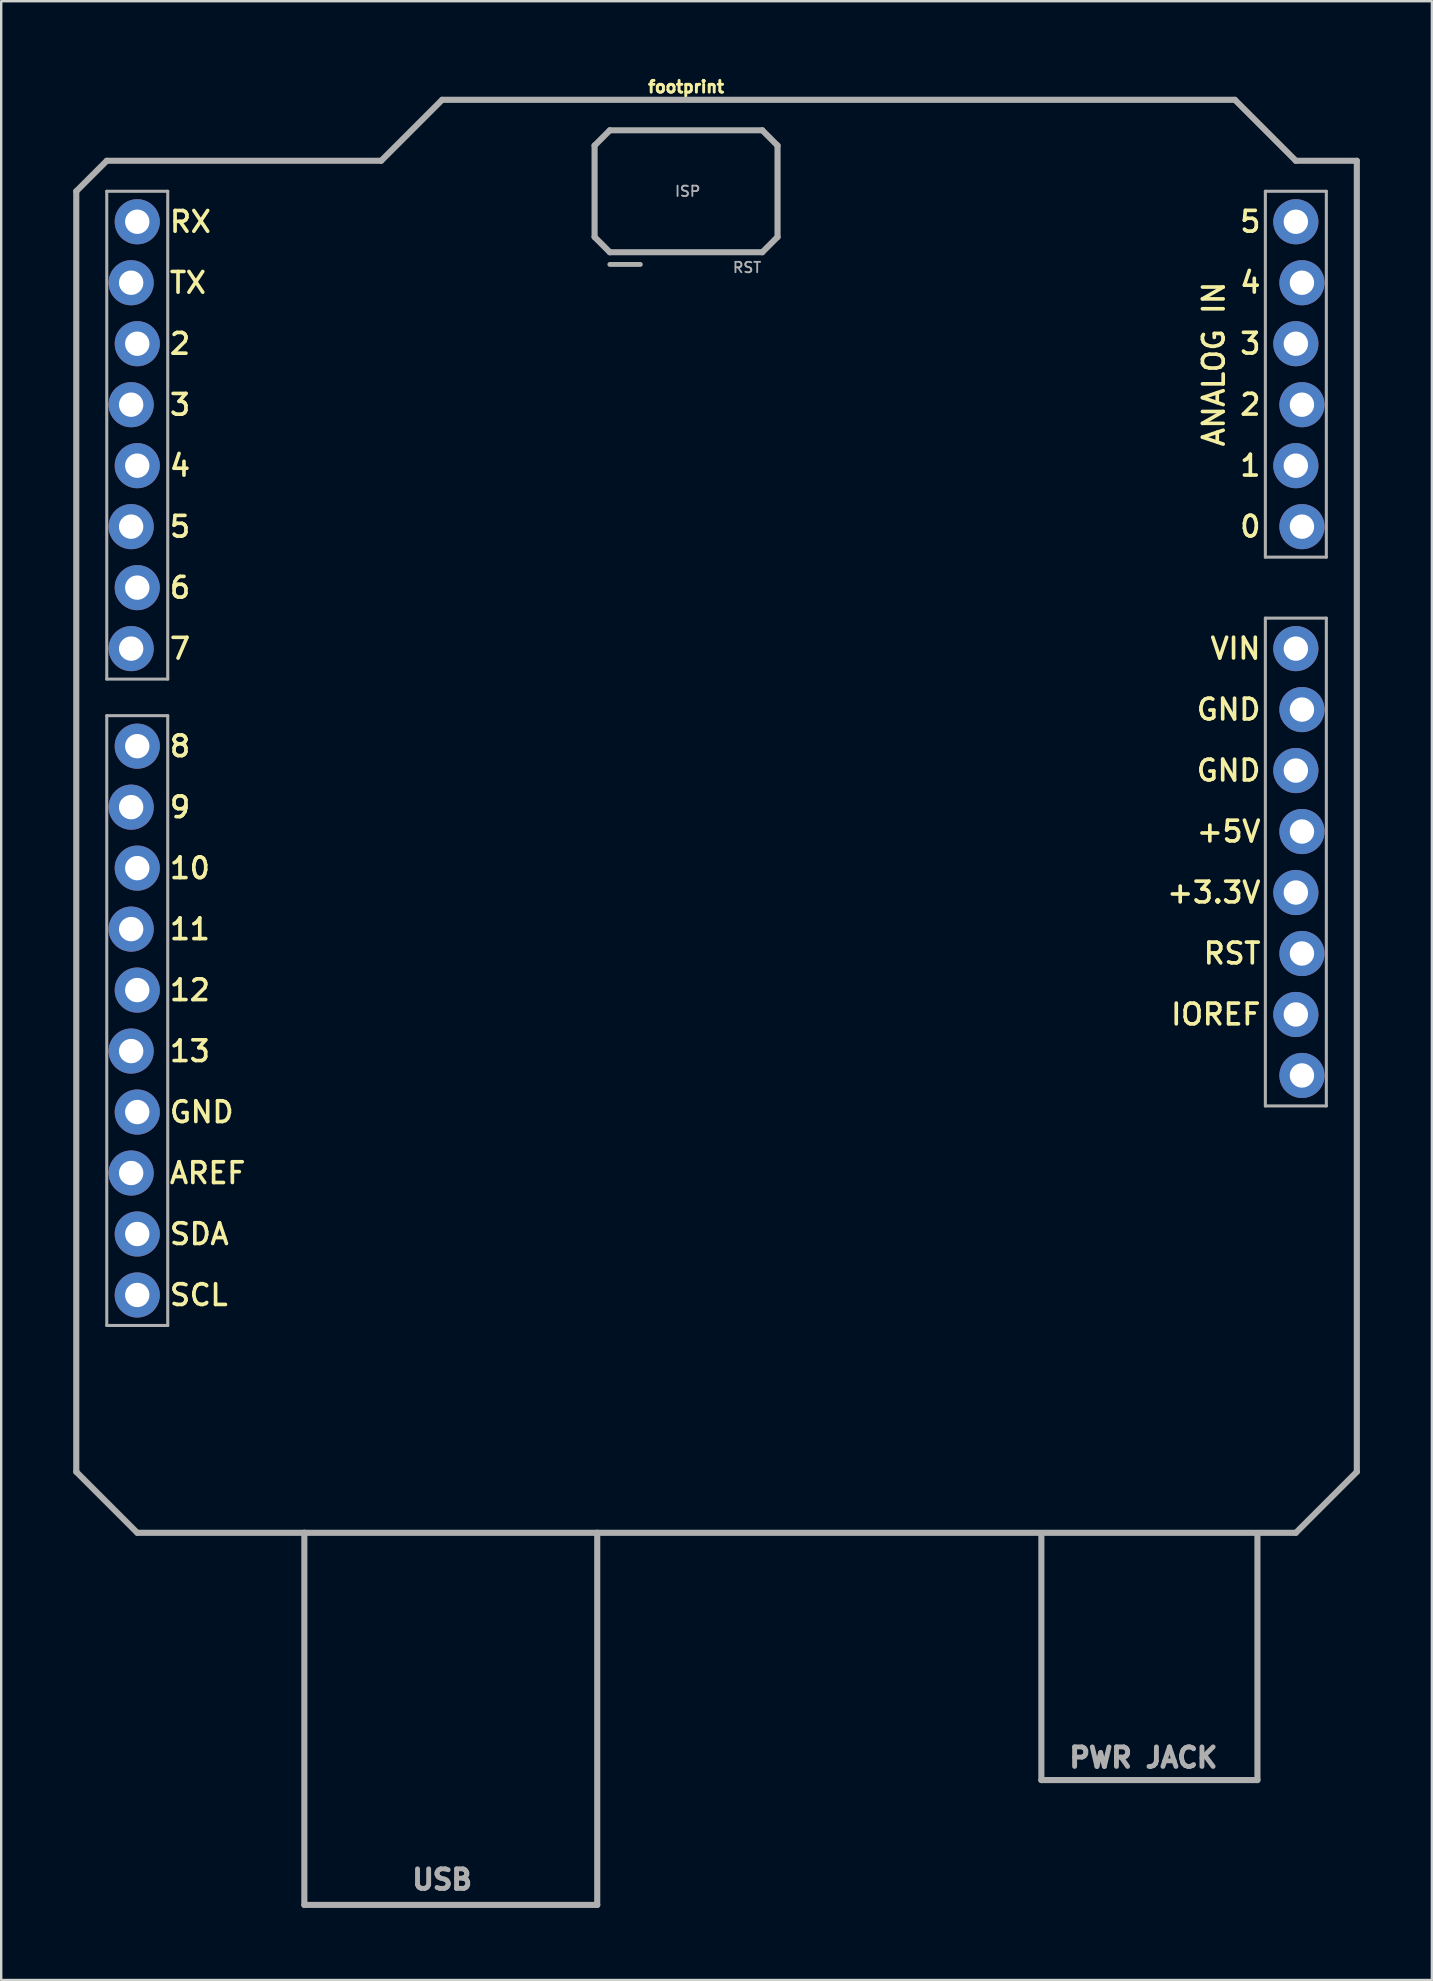
<source format=kicad_pcb>
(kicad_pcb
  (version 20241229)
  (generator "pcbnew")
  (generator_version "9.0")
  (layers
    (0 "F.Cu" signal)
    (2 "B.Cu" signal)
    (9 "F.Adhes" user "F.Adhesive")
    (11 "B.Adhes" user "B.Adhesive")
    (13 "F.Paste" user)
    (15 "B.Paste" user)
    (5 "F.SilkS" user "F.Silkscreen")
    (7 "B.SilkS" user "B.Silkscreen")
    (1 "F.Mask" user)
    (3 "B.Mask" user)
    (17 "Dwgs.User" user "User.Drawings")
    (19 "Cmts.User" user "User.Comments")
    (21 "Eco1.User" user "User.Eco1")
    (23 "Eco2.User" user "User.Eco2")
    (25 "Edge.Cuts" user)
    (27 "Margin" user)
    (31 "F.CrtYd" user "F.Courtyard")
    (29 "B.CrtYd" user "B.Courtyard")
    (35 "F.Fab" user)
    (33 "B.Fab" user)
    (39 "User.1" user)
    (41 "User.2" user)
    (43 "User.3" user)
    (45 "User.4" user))
  (footprint "footprint"
    (layer "F.Cu")
    (at 26.797 30.317)
    (property "Reference" "footprint" (at -1.27 -29.464 0) (layer "F.SilkS") (effects (font (size 0.488 0.488) (thickness 0.122)) (justify bottom)))
    (fp_line (start -26.67 -25.4) (end -26.67 27.94) (stroke (width 0.254) (type solid)) (layer "F.Fab"))
    (fp_line (start -26.67 27.94) (end -24.13 30.48) (stroke (width 0.254) (type solid)) (layer "F.Fab"))
    (fp_line (start -25.4 -26.67) (end -26.67 -25.4) (stroke (width 0.254) (type solid)) (layer "F.Fab"))
    (fp_line (start -25.4 -25.4) (end -22.86 -25.4) (stroke (width 0.127) (type solid)) (layer "F.Fab"))
    (fp_line (start -25.4 -5.08) (end -25.4 -25.4) (stroke (width 0.127) (type solid)) (layer "F.Fab"))
    (fp_line (start -25.4 -3.556) (end -22.86 -3.556) (stroke (width 0.127) (type solid)) (layer "F.Fab"))
    (fp_line (start -25.4 21.844) (end -25.4 -3.556) (stroke (width 0.127) (type solid)) (layer "F.Fab"))
    (fp_line (start -24.13 30.48) (end -17.17 30.48) (stroke (width 0.254) (type solid)) (layer "F.Fab"))
    (fp_line (start -22.86 -25.4) (end -22.86 -5.08) (stroke (width 0.127) (type solid)) (layer "F.Fab"))
    (fp_line (start -22.86 -5.08) (end -25.4 -5.08) (stroke (width 0.127) (type solid)) (layer "F.Fab"))
    (fp_line (start -22.86 -3.556) (end -22.86 21.844) (stroke (width 0.127) (type solid)) (layer "F.Fab"))
    (fp_line (start -22.86 21.844) (end -25.4 21.844) (stroke (width 0.127) (type solid)) (layer "F.Fab"))
    (fp_line (start -17.17 30.48) (end -4.97 30.48) (stroke (width 0.254) (type solid)) (layer "F.Fab"))
    (fp_line (start -17.17 45.98) (end -17.17 30.48) (stroke (width 0.254) (type solid)) (layer "F.Fab"))
    (fp_line (start -17.17 45.98) (end -4.97 45.98) (stroke (width 0.254) (type solid)) (layer "F.Fab"))
    (fp_line (start -13.97 -26.67) (end -25.4 -26.67) (stroke (width 0.254) (type solid)) (layer "F.Fab"))
    (fp_line (start -11.43 -29.21) (end -13.97 -26.67) (stroke (width 0.254) (type solid)) (layer "F.Fab"))
    (fp_line (start -5.08 -27.305) (end -4.445 -27.94) (stroke (width 0.254) (type solid)) (layer "F.Fab"))
    (fp_line (start -5.08 -23.495) (end -5.08 -27.305) (stroke (width 0.254) (type solid)) (layer "F.Fab"))
    (fp_line (start -4.97 30.48) (end 24.13 30.48) (stroke (width 0.254) (type solid)) (layer "F.Fab"))
    (fp_line (start -4.97 45.98) (end -4.97 30.48) (stroke (width 0.254) (type solid)) (layer "F.Fab"))
    (fp_line (start -4.445 -27.94) (end 1.905 -27.94) (stroke (width 0.254) (type solid)) (layer "F.Fab"))
    (fp_line (start -4.445 -22.86) (end -5.08 -23.495) (stroke (width 0.254) (type solid)) (layer "F.Fab"))
    (fp_line (start -3.175 -22.352) (end -4.445 -22.352) (stroke (width 0.203) (type solid)) (layer "F.Fab"))
    (fp_line (start 1.905 -27.94) (end 2.54 -27.305) (stroke (width 0.254) (type solid)) (layer "F.Fab"))
    (fp_line (start 1.905 -22.86) (end -4.445 -22.86) (stroke (width 0.254) (type solid)) (layer "F.Fab"))
    (fp_line (start 2.54 -27.305) (end 2.54 -23.495) (stroke (width 0.254) (type solid)) (layer "F.Fab"))
    (fp_line (start 2.54 -23.495) (end 1.905 -22.86) (stroke (width 0.254) (type solid)) (layer "F.Fab"))
    (fp_line (start 13.53 40.78) (end 13.53 30.58) (stroke (width 0.254) (type solid)) (layer "F.Fab"))
    (fp_line (start 13.53 40.78) (end 22.53 40.78) (stroke (width 0.254) (type solid)) (layer "F.Fab"))
    (fp_line (start 21.59 -29.21) (end -11.43 -29.21) (stroke (width 0.254) (type solid)) (layer "F.Fab"))
    (fp_line (start 22.53 40.78) (end 22.53 30.58) (stroke (width 0.254) (type solid)) (layer "F.Fab"))
    (fp_line (start 22.86 -25.4) (end 25.4 -25.4) (stroke (width 0.127) (type solid)) (layer "F.Fab"))
    (fp_line (start 22.86 -10.16) (end 22.86 -25.4) (stroke (width 0.127) (type solid)) (layer "F.Fab"))
    (fp_line (start 22.86 -7.62) (end 22.86 12.7) (stroke (width 0.127) (type solid)) (layer "F.Fab"))
    (fp_line (start 22.86 12.7) (end 25.4 12.7) (stroke (width 0.127) (type solid)) (layer "F.Fab"))
    (fp_line (start 24.13 -26.67) (end 21.59 -29.21) (stroke (width 0.254) (type solid)) (layer "F.Fab"))
    (fp_line (start 24.13 30.48) (end 26.67 27.94) (stroke (width 0.254) (type solid)) (layer "F.Fab"))
    (fp_line (start 25.4 -25.4) (end 25.4 -10.16) (stroke (width 0.127) (type solid)) (layer "F.Fab"))
    (fp_line (start 25.4 -10.16) (end 22.86 -10.16) (stroke (width 0.127) (type solid)) (layer "F.Fab"))
    (fp_line (start 25.4 -7.62) (end 22.86 -7.62) (stroke (width 0.127) (type solid)) (layer "F.Fab"))
    (fp_line (start 25.4 12.7) (end 25.4 -7.62) (stroke (width 0.127) (type solid)) (layer "F.Fab"))
    (fp_line (start 26.67 -26.67) (end 24.13 -26.67) (stroke (width 0.254) (type solid)) (layer "F.Fab"))
    (fp_line (start 26.67 27.94) (end 26.67 -26.67) (stroke (width 0.254) (type solid)) (layer "F.Fab"))
    (fp_text user "10" (at -22.86 3.302 0) (layer "F.SilkS") (effects (font (size 0.864 0.864) (thickness 0.152)) (justify left bottom)))
    (fp_text user "8" (at -22.86 -1.778 0) (layer "F.SilkS") (effects (font (size 0.864 0.864) (thickness 0.152)) (justify left bottom)))
    (fp_text user "9" (at -22.86 0.762 0) (layer "F.SilkS") (effects (font (size 0.864 0.864) (thickness 0.152)) (justify left bottom)))
    (fp_text user "7" (at -22.86 -5.842 0) (layer "F.SilkS") (effects (font (size 0.864 0.864) (thickness 0.152)) (justify left bottom)))
    (fp_text user "VIN" (at 22.746 -6.858 0) (layer "F.SilkS") (effects (font (size 0.864 0.864) (thickness 0.152)) (justify right top)))
    (fp_text user "13" (at -22.86 10.922 0) (layer "F.SilkS") (effects (font (size 0.864 0.864) (thickness 0.152)) (justify left bottom)))
    (fp_text user "3" (at 22.746 -19.558 0) (layer "F.SilkS") (effects (font (size 0.864 0.864) (thickness 0.152)) (justify right top)))
    (fp_text user "2" (at 22.746 -17.018 0) (layer "F.SilkS") (effects (font (size 0.864 0.864) (thickness 0.152)) (justify right top)))
    (fp_text user "GND" (at 22.746 -4.318 0) (layer "F.SilkS") (effects (font (size 0.864 0.864) (thickness 0.152)) (justify right top)))
    (fp_text user "RST" (at 22.746 5.842 0) (layer "F.SilkS") (effects (font (size 0.864 0.864) (thickness 0.152)) (justify right top)))
    (fp_text user "11" (at -22.86 5.842 0) (layer "F.SilkS") (effects (font (size 0.864 0.864) (thickness 0.152)) (justify left bottom)))
    (fp_text user "5" (at -22.86 -10.922 0) (layer "F.SilkS") (effects (font (size 0.864 0.864) (thickness 0.152)) (justify left bottom)))
    (fp_text user "+3.3V" (at 22.746 3.302 0) (layer "F.SilkS") (effects (font (size 0.864 0.864) (thickness 0.152)) (justify right top)))
    (fp_text user "+5V" (at 22.746 0.762 0) (layer "F.SilkS") (effects (font (size 0.864 0.864) (thickness 0.152)) (justify right top)))
    (fp_text user "4" (at -22.86 -13.462 0) (layer "F.SilkS") (effects (font (size 0.864 0.864) (thickness 0.152)) (justify left bottom)))
    (fp_text user "2" (at -22.86 -18.542 0) (layer "F.SilkS") (effects (font (size 0.864 0.864) (thickness 0.152)) (justify left bottom)))
    (fp_text user "GND" (at 22.746 -1.778 0) (layer "F.SilkS") (effects (font (size 0.864 0.864) (thickness 0.152)) (justify right top)))
    (fp_text user "5" (at 22.746 -24.638 0) (layer "F.SilkS") (effects (font (size 0.864 0.864) (thickness 0.152)) (justify right top)))
    (fp_text user "RX" (at -22.86 -23.622 0) (layer "F.SilkS") (effects (font (size 0.864 0.864) (thickness 0.152)) (justify left bottom)))
    (fp_text user "12" (at -22.86 8.382 0) (layer "F.SilkS") (effects (font (size 0.864 0.864) (thickness 0.152)) (justify left bottom)))
    (fp_text user "GND" (at -22.86 13.462 0) (layer "F.SilkS") (effects (font (size 0.864 0.864) (thickness 0.152)) (justify left bottom)))
    (fp_text user "AREF" (at -22.86 16.002 0) (layer "F.SilkS") (effects (font (size 0.864 0.864) (thickness 0.152)) (justify left bottom)))
    (fp_text user "4" (at 22.746 -22.098 0) (layer "F.SilkS") (effects (font (size 0.864 0.864) (thickness 0.152)) (justify right top)))
    (fp_text user "0" (at 22.746 -11.938 0) (layer "F.SilkS") (effects (font (size 0.864 0.864) (thickness 0.152)) (justify right top)))
    (fp_text user "ANALOG IN" (at 20.206 -21.717 90) (layer "F.SilkS") (effects (font (size 0.864 0.864) (thickness 0.152)) (justify right top)))
    (fp_text user "3" (at -22.86 -16.002 0) (layer "F.SilkS") (effects (font (size 0.864 0.864) (thickness 0.152)) (justify left bottom)))
    (fp_text user "SDA" (at -22.86 18.542 0) (layer "F.SilkS") (effects (font (size 0.864 0.864) (thickness 0.152)) (justify left bottom)))
    (fp_text user "1" (at 22.746 -14.478 0) (layer "F.SilkS") (effects (font (size 0.864 0.864) (thickness 0.152)) (justify right top)))
    (fp_text user "TX" (at -22.86 -21.082 0) (layer "F.SilkS") (effects (font (size 0.864 0.864) (thickness 0.152)) (justify left bottom)))
    (fp_text user "6" (at -22.86 -8.382 0) (layer "F.SilkS") (effects (font (size 0.864 0.864) (thickness 0.152)) (justify left bottom)))
    (fp_text user "SCL" (at -22.86 21.082 0) (layer "F.SilkS") (effects (font (size 0.864 0.864) (thickness 0.152)) (justify left bottom)))
    (fp_text user "IOREF" (at 22.746 8.382 0) (layer "F.SilkS") (effects (font (size 0.864 0.864) (thickness 0.152)) (justify right top)))
    (fp_text user "RST" (at 0.635 -21.971 0) (layer "F.Fab") (effects (font (size 0.432 0.432) (thickness 0.076)) (justify left bottom)))
    (fp_text user "PWR JACK" (at 17.78 39.37 0) (layer "F.Fab") (effects (font (size 0.813 0.813) (thickness 0.203)) (justify top)))
    (fp_text user "USB" (at -11.43 44.45 0) (layer "F.Fab") (effects (font (size 0.813 0.813) (thickness 0.203)) (justify top)))
    (fp_text user "ISP" (at -1.778 -25.146 0) (layer "F.Fab") (effects (font (size 0.432 0.432) (thickness 0.076)) (justify left bottom)))
    (pad "3.3V" thru_hole circle (at 24.13 3.81 90) (size 1.88 1.88) (drill 1.016) (layers "*.Cu" "*.Mask"))
    (pad "5V" thru_hole circle (at 24.384 1.27 90) (size 1.88 1.88) (drill 1.016) (layers "*.Cu" "*.Mask"))
    (pad "A0" thru_hole circle (at 24.384 -11.43 90) (size 1.88 1.88) (drill 1.016) (layers "*.Cu" "*.Mask"))
    (pad "A1" thru_hole circle (at 24.13 -13.97 90) (size 1.88 1.88) (drill 1.016) (layers "*.Cu" "*.Mask"))
    (pad "A2" thru_hole circle (at 24.384 -16.51 90) (size 1.88 1.88) (drill 1.016) (layers "*.Cu" "*.Mask"))
    (pad "A3" thru_hole circle (at 24.13 -19.05 90) (size 1.88 1.88) (drill 1.016) (layers "*.Cu" "*.Mask"))
    (pad "A4" thru_hole circle (at 24.384 -21.59 90) (size 1.88 1.88) (drill 1.016) (layers "*.Cu" "*.Mask"))
    (pad "A5" thru_hole circle (at 24.13 -24.13 90) (size 1.88 1.88) (drill 1.016) (layers "*.Cu" "*.Mask"))
    (pad "AREF" thru_hole circle (at -24.384 15.494 90) (size 1.88 1.88) (drill 1.016) (layers "*.Cu" "*.Mask"))
    (pad "D2" thru_hole circle (at -24.13 -19.05 90) (size 1.88 1.88) (drill 1.016) (layers "*.Cu" "*.Mask"))
    (pad "D3" thru_hole circle (at -24.384 -16.51 90) (size 1.88 1.88) (drill 1.016) (layers "*.Cu" "*.Mask"))
    (pad "D4" thru_hole circle (at -24.13 -13.97 90) (size 1.88 1.88) (drill 1.016) (layers "*.Cu" "*.Mask"))
    (pad "D5" thru_hole circle (at -24.384 -11.43 90) (size 1.88 1.88) (drill 1.016) (layers "*.Cu" "*.Mask"))
    (pad "D6" thru_hole circle (at -24.13 -8.89 90) (size 1.88 1.88) (drill 1.016) (layers "*.Cu" "*.Mask"))
    (pad "D7" thru_hole circle (at -24.384 -6.35 90) (size 1.88 1.88) (drill 1.016) (layers "*.Cu" "*.Mask"))
    (pad "D8" thru_hole circle (at -24.13 -2.286 90) (size 1.88 1.88) (drill 1.016) (layers "*.Cu" "*.Mask"))
    (pad "D9" thru_hole circle (at -24.384 0.254 90) (size 1.88 1.88) (drill 1.016) (layers "*.Cu" "*.Mask"))
    (pad "D10" thru_hole circle (at -24.13 2.794 90) (size 1.88 1.88) (drill 1.016) (layers "*.Cu" "*.Mask"))
    (pad "D11" thru_hole circle (at -24.384 5.334 90) (size 1.88 1.88) (drill 1.016) (layers "*.Cu" "*.Mask"))
    (pad "D12" thru_hole circle (at -24.13 7.874 90) (size 1.88 1.88) (drill 1.016) (layers "*.Cu" "*.Mask"))
    (pad "D13" thru_hole circle (at -24.384 10.414 90) (size 1.88 1.88) (drill 1.016) (layers "*.Cu" "*.Mask"))
    (pad "GND@0" thru_hole circle (at 24.13 -1.27 90) (size 1.88 1.88) (drill 1.016) (layers "*.Cu" "*.Mask"))
    (pad "GND@1" thru_hole circle (at 24.384 -3.81 90) (size 1.88 1.88) (drill 1.016) (layers "*.Cu" "*.Mask"))
    (pad "GND@2" thru_hole circle (at -24.13 12.954 90) (size 1.88 1.88) (drill 1.016) (layers "*.Cu" "*.Mask"))
    (pad "IOREF" thru_hole circle (at 24.13 8.89 90) (size 1.88 1.88) (drill 1.016) (layers "*.Cu" "*.Mask"))
    (pad "NC" thru_hole circle (at 24.384 11.43 90) (size 1.88 1.88) (drill 1.016) (layers "*.Cu" "*.Mask"))
    (pad "RES" thru_hole circle (at 24.384 6.35 90) (size 1.88 1.88) (drill 1.016) (layers "*.Cu" "*.Mask"))
    (pad "RX" thru_hole circle (at -24.13 -24.13 90) (size 1.88 1.88) (drill 1.016) (layers "*.Cu" "*.Mask"))
    (pad "SCL" thru_hole circle (at -24.13 20.574 90) (size 1.88 1.88) (drill 1.016) (layers "*.Cu" "*.Mask"))
    (pad "SDA" thru_hole circle (at -24.13 18.034 90) (size 1.88 1.88) (drill 1.016) (layers "*.Cu" "*.Mask"))
    (pad "TX" thru_hole circle (at -24.384 -21.59 90) (size 1.88 1.88) (drill 1.016) (layers "*.Cu" "*.Mask"))
    (pad "VIN" thru_hole circle (at 24.13 -6.35 90) (size 1.88 1.88) (drill 1.016) (layers "*.Cu" "*.Mask")))
  (gr_rect
    (start -3 -3)
    (end 56.594 79.424)
    (stroke (width 0.1) (type default))
    (fill no)
    (layer "Edge.Cuts")))
</source>
